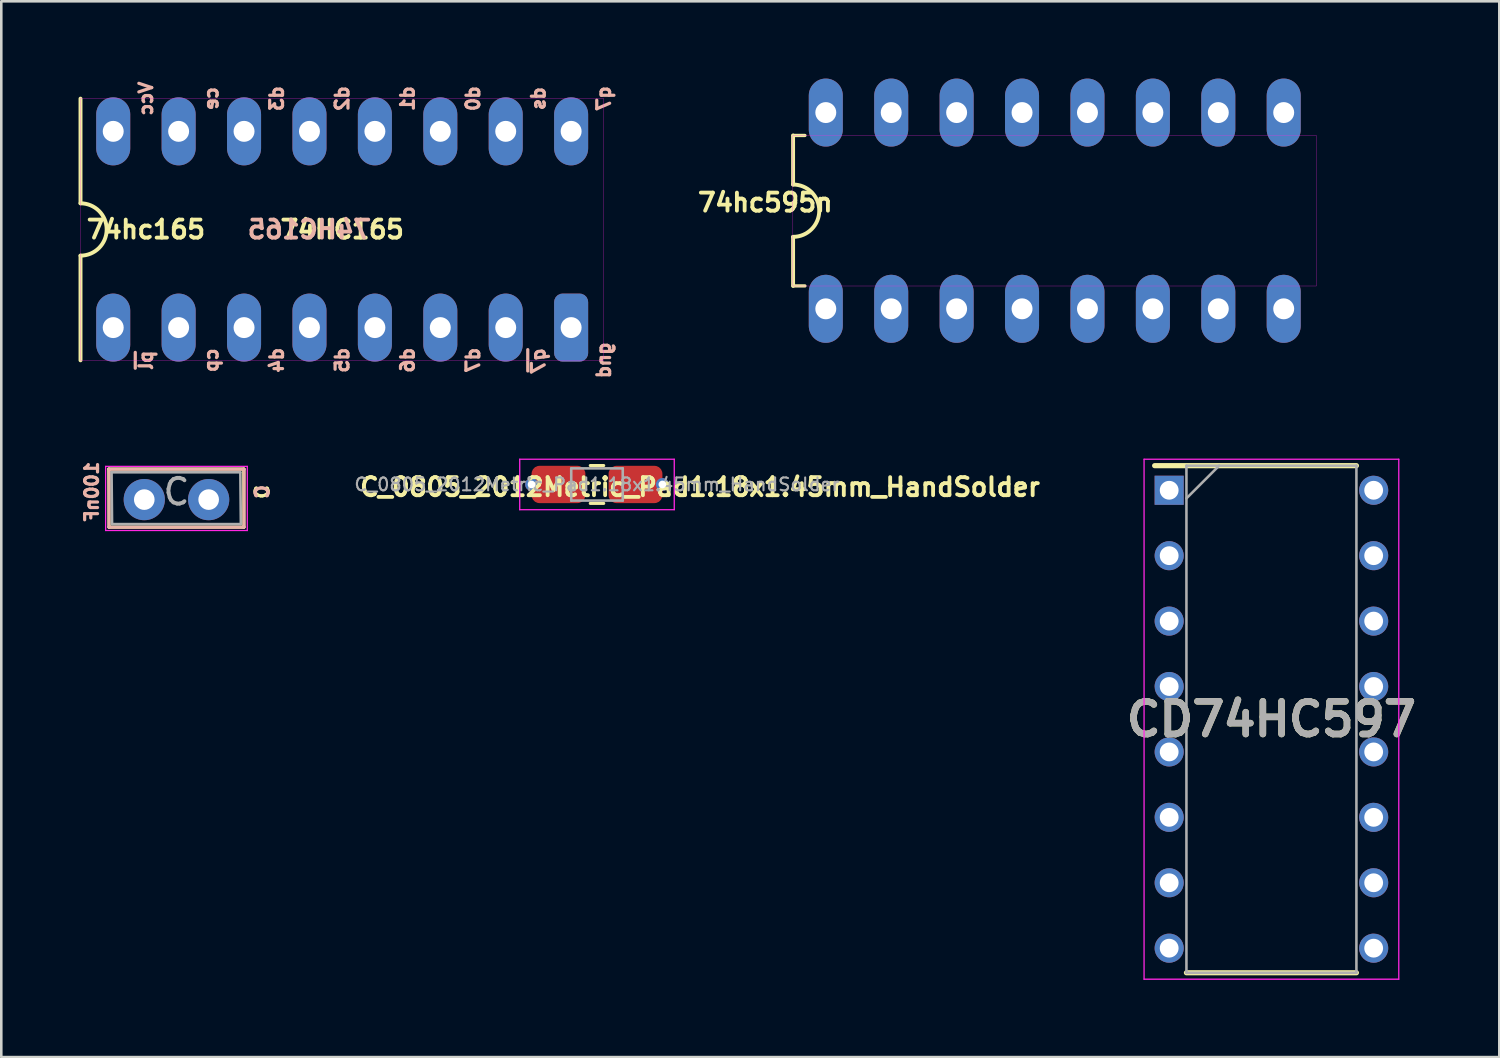
<source format=kicad_pcb>
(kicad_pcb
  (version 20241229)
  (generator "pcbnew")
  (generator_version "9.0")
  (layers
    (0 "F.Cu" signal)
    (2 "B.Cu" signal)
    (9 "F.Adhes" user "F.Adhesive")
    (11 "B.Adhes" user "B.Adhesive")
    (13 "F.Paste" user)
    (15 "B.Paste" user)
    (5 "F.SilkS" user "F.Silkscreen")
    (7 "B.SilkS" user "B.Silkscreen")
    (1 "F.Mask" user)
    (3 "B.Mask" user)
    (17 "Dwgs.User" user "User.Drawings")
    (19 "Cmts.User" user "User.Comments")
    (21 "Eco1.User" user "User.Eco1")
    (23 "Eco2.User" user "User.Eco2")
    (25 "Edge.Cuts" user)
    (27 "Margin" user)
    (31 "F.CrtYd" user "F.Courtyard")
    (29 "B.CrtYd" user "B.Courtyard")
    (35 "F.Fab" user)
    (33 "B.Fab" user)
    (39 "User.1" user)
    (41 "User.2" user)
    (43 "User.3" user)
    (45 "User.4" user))
  (footprint "74hc165"
    (layer "F.Cu")
    (at 10.236 5.86)
    (property "Reference" "74hc165" (at -7.62 0 180) (layer "F.SilkS") (effects (font (size 0.7 0.7) (thickness 0.15))))
    (property "Value" "74HC165" (at 7.62 0 0) (layer "F.Fab") (hide yes) (effects (font (size 0.7 0.7) (thickness 0.15))))
    (attr through_hole)
    (fp_line (start -10.16 -5.08) (end -10.16 -1.016) (stroke (width 0.152) (type solid)) (layer "F.SilkS"))
    (fp_line (start -10.16 5.08) (end -10.16 1.016) (stroke (width 0.152) (type solid)) (layer "F.SilkS"))
    (fp_arc (start -10.16 -1.016) (mid -9.144 0) (end -10.16 1.016) (stroke (width 0.1524) (type solid)) (layer "F.SilkS"))
    (fp_poly (pts (xy -10.168 -5.08) (xy 10.16 -5.08) (xy 10.16 5.08) (xy -10.16 5.08)) (stroke (width 0.01) (type solid)) (fill no) (layer "F.CrtYd"))
    (fp_text user "${VALUE}" (at 0 0 0) (layer "F.SilkS") (effects (font (size 0.7 0.7) (thickness 0.15))))
    (fp_text user "gnd" (at 10.16 5.08 90) (unlocked yes) (layer "B.SilkS") (effects (font (size 0.5 0.5) (thickness 0.125)) (justify mirror)))
    (fp_text user "d3" (at -2.54 -5.08 90) (unlocked yes) (layer "B.SilkS") (effects (font (size 0.5 0.5) (thickness 0.125)) (justify mirror)))
    (fp_text user "d1" (at 2.54 -5.08 90) (unlocked yes) (layer "B.SilkS") (effects (font (size 0.5 0.5) (thickness 0.125)) (justify mirror)))
    (fp_text user "d5" (at 0 5.08 90) (unlocked yes) (layer "B.SilkS") (effects (font (size 0.5 0.5) (thickness 0.125)) (justify mirror)))
    (fp_text user "ds" (at 7.62 -5.08 90) (unlocked yes) (layer "B.SilkS") (effects (font (size 0.5 0.5) (thickness 0.125)) (justify mirror)))
    (fp_text user "ce" (at -5.08 -5.08 90) (unlocked yes) (layer "B.SilkS") (effects (font (size 0.5 0.5) (thickness 0.125)) (justify mirror)))
    (fp_text user "d0" (at 5.08 -5.08 90) (unlocked yes) (layer "B.SilkS") (effects (font (size 0.5 0.5) (thickness 0.125)) (justify mirror)))
    (fp_text user "q7" (at 10.16 -5.08 90) (unlocked yes) (layer "B.SilkS") (effects (font (size 0.5 0.5) (thickness 0.125)) (justify mirror)))
    (fp_text user "d4" (at -2.54 5.08 90) (unlocked yes) (layer "B.SilkS") (effects (font (size 0.5 0.5) (thickness 0.125)) (justify mirror)))
    (fp_text user "d2" (at 0 -5.08 90) (unlocked yes) (layer "B.SilkS") (effects (font (size 0.5 0.5) (thickness 0.125)) (justify mirror)))
    (fp_text user "d7" (at 5.08 5.08 90) (unlocked yes) (layer "B.SilkS") (effects (font (size 0.5 0.5) (thickness 0.125)) (justify mirror)))
    (fp_text user "Vcc" (at -7.62 -5.08 90) (unlocked yes) (layer "B.SilkS") (effects (font (size 0.5 0.5) (thickness 0.125)) (justify mirror)))
    (fp_text user "~{q7}" (at 7.62 5.08 90) (unlocked yes) (layer "B.SilkS") (effects (font (size 0.5 0.5) (thickness 0.125) (italic yes)) (justify mirror)))
    (fp_text user "~{pl}" (at -7.62 5.08 90) (unlocked yes) (layer "B.SilkS") (effects (font (size 0.5 0.5) (thickness 0.125)) (justify mirror)))
    (fp_text user "${VALUE}" (at -1.27 0 0) (layer "B.SilkS") (effects (font (size 0.7 0.7) (thickness 0.15)) (justify mirror)))
    (fp_text user "d6" (at 2.54 5.08 90) (unlocked yes) (layer "B.SilkS") (effects (font (size 0.5 0.5) (thickness 0.125)) (justify mirror)))
    (fp_text user "cp" (at -5.08 5.08 90) (unlocked yes) (layer "B.SilkS") (effects (font (size 0.5 0.5) (thickness 0.125)) (justify mirror)))
    (pad "1" thru_hole oval (at -8.89 3.81) (size 1.321 2.642) (drill 0.813) (layers "*.Cu" "*.Mask"))
    (pad "2" thru_hole oval (at -6.35 3.81) (size 1.321 2.642) (drill 0.813) (layers "*.Cu" "*.Mask"))
    (pad "3" thru_hole oval (at -3.81 3.81) (size 1.321 2.642) (drill 0.813) (layers "*.Cu" "*.Mask"))
    (pad "4" thru_hole oval (at -1.27 3.81) (size 1.321 2.642) (drill 0.813) (layers "*.Cu" "*.Mask"))
    (pad "5" thru_hole oval (at 1.27 3.81) (size 1.321 2.642) (drill 0.813) (layers "*.Cu" "*.Mask"))
    (pad "6" thru_hole oval (at 3.81 3.81) (size 1.321 2.642) (drill 0.813) (layers "*.Cu" "*.Mask"))
    (pad "7" thru_hole oval (at 6.35 3.81) (size 1.321 2.642) (drill 0.813) (layers "*.Cu" "*.Mask"))
    (pad "8" thru_hole roundrect (at 8.89 3.81) (size 1.321 2.642) (drill 0.813) (layers "*.Cu" "*.Mask") (roundrect_rratio 0.25))
    (pad "9" thru_hole oval (at 8.89 -3.81) (size 1.321 2.642) (drill 0.813) (layers "*.Cu" "*.Mask"))
    (pad "10" thru_hole oval (at 6.35 -3.81) (size 1.321 2.642) (drill 0.813) (layers "*.Cu" "*.Mask"))
    (pad "11" thru_hole oval (at 3.81 -3.81) (size 1.321 2.642) (drill 0.813) (layers "*.Cu" "*.Mask"))
    (pad "12" thru_hole oval (at 1.27 -3.81) (size 1.321 2.642) (drill 0.813) (layers "*.Cu" "*.Mask"))
    (pad "13" thru_hole oval (at -1.27 -3.81) (size 1.321 2.642) (drill 0.813) (layers "*.Cu" "*.Mask"))
    (pad "14" thru_hole oval (at -3.81 -3.81) (size 1.321 2.642) (drill 0.813) (layers "*.Cu" "*.Mask"))
    (pad "15" thru_hole oval (at -6.35 -3.81) (size 1.321 2.642) (drill 0.813) (layers "*.Cu" "*.Mask"))
    (pad "16" thru_hole oval (at -8.89 -3.81) (size 1.321 2.642) (drill 0.813) (layers "*.Cu" "*.Mask")))
  (footprint "CD74HC597"
    (layer "F.Cu")
    (at 46.317 24.876)
    (property "Reference" "CD74HC597" (at 0 0 0) (layer "F.SilkS") (effects (font (size 1.27 1.27) (thickness 0.254))))
    (attr through_hole)
    (fp_line (start -4.535 -9.845) (end 3.3 -9.845) (stroke (width 0.2) (type solid)) (layer "F.SilkS"))
    (fp_line (start -3.3 9.845) (end 3.3 9.845) (stroke (width 0.2) (type solid)) (layer "F.SilkS"))
    (fp_line (start -4.945 -10.095) (end 4.945 -10.095) (stroke (width 0.05) (type solid)) (layer "F.CrtYd"))
    (fp_line (start -4.945 10.095) (end -4.945 -10.095) (stroke (width 0.05) (type solid)) (layer "F.CrtYd"))
    (fp_line (start 4.945 -10.095) (end 4.945 10.095) (stroke (width 0.05) (type solid)) (layer "F.CrtYd"))
    (fp_line (start 4.945 10.095) (end -4.945 10.095) (stroke (width 0.05) (type solid)) (layer "F.CrtYd"))
    (fp_line (start -3.3 -9.845) (end 3.3 -9.845) (stroke (width 0.1) (type solid)) (layer "F.Fab"))
    (fp_line (start -3.3 -8.575) (end -2.03 -9.845) (stroke (width 0.1) (type solid)) (layer "F.Fab"))
    (fp_line (start -3.3 9.845) (end -3.3 -9.845) (stroke (width 0.1) (type solid)) (layer "F.Fab"))
    (fp_line (start 3.3 -9.845) (end 3.3 9.845) (stroke (width 0.1) (type solid)) (layer "F.Fab"))
    (fp_line (start 3.3 9.845) (end -3.3 9.845) (stroke (width 0.1) (type solid)) (layer "F.Fab"))
    (fp_text user "${REFERENCE}" (at 0 0 0) (layer "F.Fab") (effects (font (size 1.27 1.27) (thickness 0.254))))
    (pad "1" thru_hole rect (at -3.97 -8.89) (size 1.13 1.13) (drill 0.73) (layers "*.Cu" "*.Mask"))
    (pad "2" thru_hole circle (at -3.97 -6.35) (size 1.13 1.13) (drill 0.73) (layers "*.Cu" "*.Mask"))
    (pad "3" thru_hole circle (at -3.97 -3.81) (size 1.13 1.13) (drill 0.73) (layers "*.Cu" "*.Mask"))
    (pad "4" thru_hole circle (at -3.97 -1.27) (size 1.13 1.13) (drill 0.73) (layers "*.Cu" "*.Mask"))
    (pad "5" thru_hole circle (at -3.97 1.27) (size 1.13 1.13) (drill 0.73) (layers "*.Cu" "*.Mask"))
    (pad "6" thru_hole circle (at -3.97 3.81) (size 1.13 1.13) (drill 0.73) (layers "*.Cu" "*.Mask"))
    (pad "7" thru_hole circle (at -3.97 6.35) (size 1.13 1.13) (drill 0.73) (layers "*.Cu" "*.Mask"))
    (pad "8" thru_hole circle (at -3.97 8.89) (size 1.13 1.13) (drill 0.73) (layers "*.Cu" "*.Mask"))
    (pad "9" thru_hole circle (at 3.97 8.89) (size 1.13 1.13) (drill 0.73) (layers "*.Cu" "*.Mask"))
    (pad "10" thru_hole circle (at 3.97 6.35) (size 1.13 1.13) (drill 0.73) (layers "*.Cu" "*.Mask"))
    (pad "11" thru_hole circle (at 3.97 3.81) (size 1.13 1.13) (drill 0.73) (layers "*.Cu" "*.Mask"))
    (pad "12" thru_hole circle (at 3.97 1.27) (size 1.13 1.13) (drill 0.73) (layers "*.Cu" "*.Mask"))
    (pad "13" thru_hole circle (at 3.97 -1.27) (size 1.13 1.13) (drill 0.73) (layers "*.Cu" "*.Mask"))
    (pad "14" thru_hole circle (at 3.97 -3.81) (size 1.13 1.13) (drill 0.73) (layers "*.Cu" "*.Mask"))
    (pad "15" thru_hole circle (at 3.97 -6.35) (size 1.13 1.13) (drill 0.73) (layers "*.Cu" "*.Mask"))
    (pad "16" thru_hole circle (at 3.97 -8.89) (size 1.13 1.13) (drill 0.73) (layers "*.Cu" "*.Mask")))
  (footprint "C"
    (layer "F.Cu")
    (at 2.552 16.049)
    (property "Reference" "C" (at 4.58 0 90) (layer "F.SilkS") (effects (font (size 0.5 0.5) (thickness 0.125))))
    (property "Value" "100nF" (at -2.04 0 90) (layer "F.SilkS") (hide yes) (effects (font (size 0.5 0.5) (thickness 0.125))))
    (attr smd)
    (fp_line (start -1.38 -0.89) (end -1.37 1.37) (stroke (width 0.12) (type solid)) (layer "F.SilkS"))
    (fp_line (start -1.38 -0.89) (end 3.86 -0.89) (stroke (width 0.12) (type solid)) (layer "F.SilkS"))
    (fp_line (start -1.37 1.37) (end 3.87 1.37) (stroke (width 0.12) (type solid)) (layer "F.SilkS"))
    (fp_line (start 3.86 -0.89) (end 3.87 1.37) (stroke (width 0.12) (type solid)) (layer "F.SilkS"))
    (fp_line (start -1.37 1.37) (end 3.87 1.37) (stroke (width 0.12) (type solid)) (layer "B.SilkS"))
    (fp_line (start -1.36 -0.88) (end -1.37 1.37) (stroke (width 0.12) (type solid)) (layer "B.SilkS"))
    (fp_line (start -1.36 -0.88) (end 3.88 -0.88) (stroke (width 0.12) (type solid)) (layer "B.SilkS"))
    (fp_line (start 3.88 -0.88) (end 3.87 1.37) (stroke (width 0.12) (type solid)) (layer "B.SilkS"))
    (fp_line (start -1.5 -0.99) (end -1.5 1.5) (stroke (width 0.05) (type solid)) (layer "F.CrtYd"))
    (fp_line (start -1.5 1.5) (end 4 1.5) (stroke (width 0.05) (type solid)) (layer "F.CrtYd"))
    (fp_line (start 4 -0.99) (end -1.5 -0.99) (stroke (width 0.05) (type solid)) (layer "F.CrtYd"))
    (fp_line (start 4 1.5) (end 4 -0.99) (stroke (width 0.05) (type solid)) (layer "F.CrtYd"))
    (fp_line (start -1.27 -0.76) (end -1.25 1.25) (stroke (width 0.1) (type solid)) (layer "F.Fab"))
    (fp_line (start -1.25 1.25) (end 3.75 1.25) (stroke (width 0.1) (type solid)) (layer "F.Fab"))
    (fp_line (start 3.73 -0.76) (end -1.27 -0.76) (stroke (width 0.1) (type solid)) (layer "F.Fab"))
    (fp_line (start 3.75 1.25) (end 3.73 -0.76) (stroke (width 0.1) (type solid)) (layer "F.Fab"))
    (fp_text user "${REFERENCE}" (at 4.58 0 90) (layer "B.SilkS") (effects (font (size 0.5 0.5) (thickness 0.125)) (justify mirror)))
    (fp_text user "${VALUE}" (at -2.04 0 90) (layer "B.SilkS") (effects (font (size 0.5 0.5) (thickness 0.125)) (justify mirror)))
    (fp_text user "${REFERENCE}" (at 1.25 0 0) (layer "F.Fab") (effects (font (size 1 1) (thickness 0.15))))
    (pad "1" thru_hole circle (at 0 0.3) (size 1.6 1.6) (drill 0.8) (layers "*.Cu" "*.Mask"))
    (pad "2" thru_hole circle (at 2.5 0.3) (size 1.6 1.6) (drill 0.8) (layers "*.Cu" "*.Mask")))
  (footprint "C_0805_2012Metric_Pad1.18x1.45mm_HandSolder"
    (layer "F.Cu")
    (at 20.13 15.761)
    (property "Reference" "C_0805_2012Metric_Pad1.18x1.45mm_HandSolder" (at 4 0.1 180) (layer "F.SilkS") (effects (font (size 0.7 0.7) (thickness 0.15))))
    (attr smd)
    (fp_line (start -0.261 -0.735) (end 0.261 -0.735) (stroke (width 0.12) (type solid)) (layer "F.SilkS"))
    (fp_line (start -0.261 0.735) (end 0.261 0.735) (stroke (width 0.12) (type solid)) (layer "F.SilkS"))
    (fp_line (start -3 -0.98) (end 3 -0.98) (stroke (width 0.05) (type solid)) (layer "F.CrtYd"))
    (fp_line (start -3 0.98) (end -3 -0.98) (stroke (width 0.05) (type solid)) (layer "F.CrtYd"))
    (fp_line (start 3 -0.98) (end 3 0.98) (stroke (width 0.05) (type solid)) (layer "F.CrtYd"))
    (fp_line (start 3 0.98) (end -3 0.98) (stroke (width 0.05) (type solid)) (layer "F.CrtYd"))
    (fp_line (start -1 -0.625) (end 1 -0.625) (stroke (width 0.1) (type solid)) (layer "F.Fab"))
    (fp_line (start -1 0.625) (end -1 -0.625) (stroke (width 0.1) (type solid)) (layer "F.Fab"))
    (fp_line (start 1 -0.625) (end 1 0.625) (stroke (width 0.1) (type solid)) (layer "F.Fab"))
    (fp_line (start 1 0.625) (end -1 0.625) (stroke (width 0.1) (type solid)) (layer "F.Fab"))
    (fp_text user "${REFERENCE}" (at 0 0 180) (layer "F.Fab") (effects (font (size 0.5 0.5) (thickness 0.08))))
    (pad "1" thru_hole circle (at -2.54 0) (size 0.5 0.5) (drill 0.3) (layers "*.Cu" "*.Mask"))
    (pad "1" smd roundrect (at -1.495 0) (size 2.09 1.45) (layers "F.Cu" "F.Mask" "F.Paste") (roundrect_rratio 0.213))
    (pad "2" smd roundrect (at 1.495 0) (size 2.09 1.45) (layers "F.Cu" "F.Mask" "F.Paste") (roundrect_rratio 0.213))
    (pad "2" thru_hole circle (at 2.54 0) (size 0.5 0.5) (drill 0.3) (layers "*.Cu" "*.Mask")))
  (footprint "74hc595n"
    (layer "F.Cu")
    (at 37.904 5.131)
    (property "Reference" "74hc595n" (at -11.241 -0.318 180) (layer "F.SilkS") (effects (font (size 0.7 0.7) (thickness 0.15))))
    (attr through_hole)
    (fp_line (start -10.16 -2.921) (end -10.16 -1.016) (stroke (width 0.152) (type solid)) (layer "F.SilkS"))
    (fp_line (start -10.16 -2.921) (end -9.7 -2.921) (stroke (width 0.127) (type solid)) (layer "F.SilkS"))
    (fp_line (start -10.16 2.921) (end -10.16 1.016) (stroke (width 0.152) (type solid)) (layer "F.SilkS"))
    (fp_line (start -10.16 2.921) (end -9.7 2.921) (stroke (width 0.127) (type solid)) (layer "F.SilkS"))
    (fp_arc (start -10.16 -1.016) (mid -9.144 0) (end -10.16 1.016) (stroke (width 0.1524) (type solid)) (layer "F.SilkS"))
    (fp_poly (pts (xy -10.168 -2.921) (xy 10.16 -2.921) (xy 10.16 2.923) (xy -10.168 2.923)) (stroke (width 0.01) (type solid)) (fill no) (layer "F.CrtYd"))
    (pad "1" thru_hole oval (at -8.89 3.81) (size 1.321 2.642) (drill 0.813) (layers "*.Cu" "*.Mask"))
    (pad "2" thru_hole oval (at -6.35 3.81) (size 1.321 2.642) (drill 0.813) (layers "*.Cu" "*.Mask"))
    (pad "3" thru_hole oval (at -3.81 3.81) (size 1.321 2.642) (drill 0.813) (layers "*.Cu" "*.Mask"))
    (pad "4" thru_hole oval (at -1.27 3.81) (size 1.321 2.642) (drill 0.813) (layers "*.Cu" "*.Mask"))
    (pad "5" thru_hole oval (at 1.27 3.81) (size 1.321 2.642) (drill 0.813) (layers "*.Cu" "*.Mask"))
    (pad "6" thru_hole oval (at 3.81 3.81) (size 1.321 2.642) (drill 0.813) (layers "*.Cu" "*.Mask"))
    (pad "7" thru_hole oval (at 6.35 3.81) (size 1.321 2.642) (drill 0.813) (layers "*.Cu" "*.Mask"))
    (pad "8" thru_hole oval (at 8.89 3.81) (size 1.321 2.642) (drill 0.813) (layers "*.Cu" "*.Mask"))
    (pad "9" thru_hole oval (at 8.89 -3.81) (size 1.321 2.642) (drill 0.813) (layers "*.Cu" "*.Mask"))
    (pad "10" thru_hole oval (at 6.35 -3.81) (size 1.321 2.642) (drill 0.813) (layers "*.Cu" "*.Mask"))
    (pad "11" thru_hole oval (at 3.81 -3.81) (size 1.321 2.642) (drill 0.813) (layers "*.Cu" "*.Mask"))
    (pad "12" thru_hole oval (at 1.27 -3.81) (size 1.321 2.642) (drill 0.813) (layers "*.Cu" "*.Mask"))
    (pad "13" thru_hole oval (at -1.27 -3.81) (size 1.321 2.642) (drill 0.813) (layers "*.Cu" "*.Mask"))
    (pad "14" thru_hole oval (at -3.81 -3.81) (size 1.321 2.642) (drill 0.813) (layers "*.Cu" "*.Mask"))
    (pad "15" thru_hole oval (at -6.35 -3.81) (size 1.321 2.642) (drill 0.813) (layers "*.Cu" "*.Mask"))
    (pad "16" thru_hole oval (at -8.89 -3.81) (size 1.321 2.642) (drill 0.813) (layers "*.Cu" "*.Mask")))
  (gr_rect
    (start -3 -3)
    (end 55.165 37.996)
    (stroke (width 0.1) (type default))
    (fill no)
    (layer "Edge.Cuts")))
</source>
